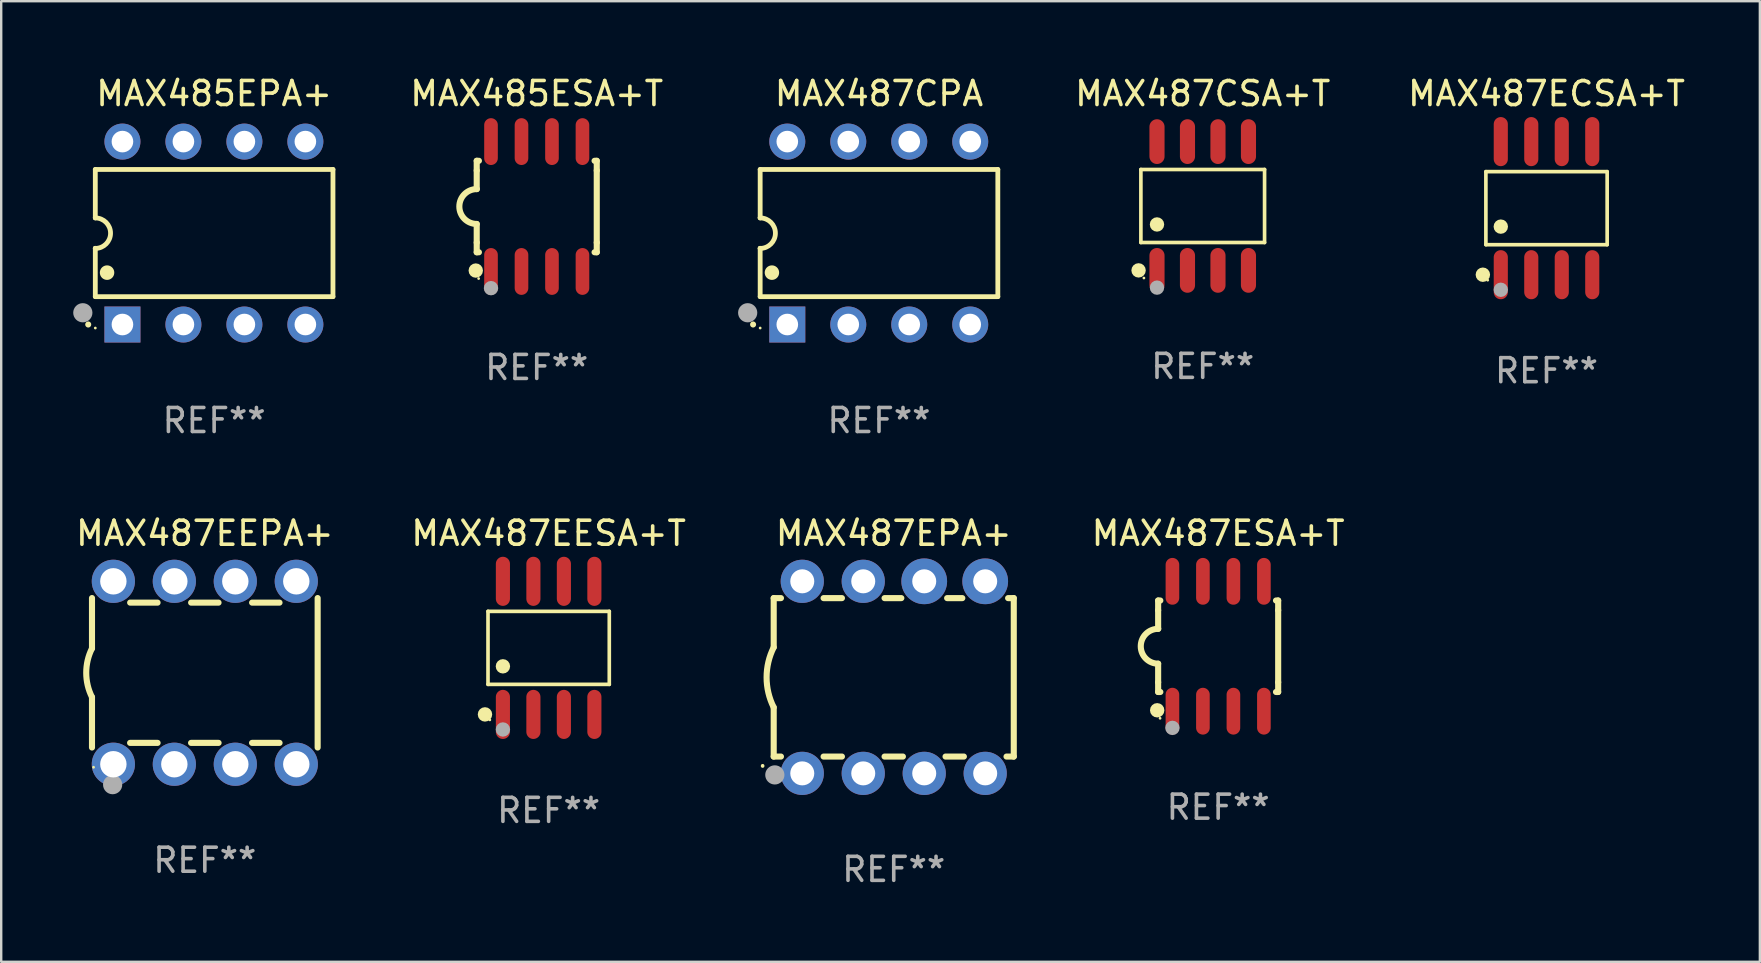
<source format=kicad_pcb>
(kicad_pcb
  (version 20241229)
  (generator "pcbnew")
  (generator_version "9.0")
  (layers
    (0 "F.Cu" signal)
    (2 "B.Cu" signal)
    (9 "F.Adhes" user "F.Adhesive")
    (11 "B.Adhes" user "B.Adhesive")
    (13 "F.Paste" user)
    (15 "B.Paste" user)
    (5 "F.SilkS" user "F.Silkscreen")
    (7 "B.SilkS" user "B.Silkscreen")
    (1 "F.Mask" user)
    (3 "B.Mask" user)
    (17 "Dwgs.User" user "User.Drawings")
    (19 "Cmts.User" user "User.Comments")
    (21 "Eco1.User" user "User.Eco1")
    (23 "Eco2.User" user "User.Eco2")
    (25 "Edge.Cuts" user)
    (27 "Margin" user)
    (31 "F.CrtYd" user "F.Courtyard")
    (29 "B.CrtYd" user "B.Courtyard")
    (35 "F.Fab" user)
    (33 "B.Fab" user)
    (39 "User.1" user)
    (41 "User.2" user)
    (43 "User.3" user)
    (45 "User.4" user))
  (footprint "MAX487EESA+T"
    (layer "F.Cu")
    (at 19.804 23.937)
    (property "Reference" "MAX487EESA+T" (at 0 -4.772 0) (layer "F.SilkS") (effects (font (size 1 1) (thickness 0.15))))
    (attr through_hole)
    (fp_line (start -2.526 -1.521) (end 2.526 -1.521) (stroke (width 0.152) (type solid)) (layer "F.SilkS"))
    (fp_line (start -2.526 1.521) (end -2.526 -1.521) (stroke (width 0.152) (type solid)) (layer "F.SilkS"))
    (fp_line (start 2.526 -1.521) (end 2.526 1.521) (stroke (width 0.152) (type solid)) (layer "F.SilkS"))
    (fp_line (start 2.526 1.521) (end -2.526 1.521) (stroke (width 0.152) (type solid)) (layer "F.SilkS"))
    (fp_circle (center -2.652 2.772) (end -2.501 2.772) (stroke (width 0.3) (type solid)) (fill no) (layer "F.SilkS"))
    (fp_circle (center -2.45 3) (end -2.42 3) (stroke (width 0.06) (type solid)) (fill no) (layer "F.SilkS"))
    (fp_circle (center -1.905 0.769) (end -1.755 0.769) (stroke (width 0.3) (type solid)) (fill no) (layer "F.SilkS"))
    (fp_circle (center -1.905 3.4) (end -1.755 3.4) (stroke (width 0.3) (type solid)) (fill no) (layer "F.Fab"))
    (fp_text user "REF**" (at 0 6.772 0) (layer "F.Fab") (effects (font (size 1 1) (thickness 0.15))))
    (pad "1" smd oval (at -1.905 2.772) (size 0.588 2.045) (layers "F.Cu" "F.Mask" "F.Paste"))
    (pad "2" smd oval (at -0.635 2.772) (size 0.588 2.045) (layers "F.Cu" "F.Mask" "F.Paste"))
    (pad "3" smd oval (at 0.635 2.772) (size 0.588 2.045) (layers "F.Cu" "F.Mask" "F.Paste"))
    (pad "4" smd oval (at 1.905 2.772) (size 0.588 2.045) (layers "F.Cu" "F.Mask" "F.Paste"))
    (pad "5" smd oval (at 1.905 -2.772) (size 0.588 2.045) (layers "F.Cu" "F.Mask" "F.Paste"))
    (pad "6" smd oval (at 0.635 -2.772) (size 0.588 2.045) (layers "F.Cu" "F.Mask" "F.Paste"))
    (pad "7" smd oval (at -0.635 -2.772) (size 0.588 2.045) (layers "F.Cu" "F.Mask" "F.Paste"))
    (pad "8" smd oval (at -1.905 -2.772) (size 0.588 2.045) (layers "F.Cu" "F.Mask" "F.Paste")))
  (footprint "MAX487EEPA+"
    (layer "F.Cu")
    (at 5.482 24.975)
    (property "Reference" "MAX487EEPA+" (at 0 -5.81 0) (layer "F.SilkS") (effects (font (size 1 1) (thickness 0.15))))
    (attr through_hole)
    (fp_line (start -4.7 -1.017) (end -4.7 -3.113) (stroke (width 0.254) (type solid)) (layer "F.SilkS"))
    (fp_line (start -4.7 1.015) (end -4.7 3.113) (stroke (width 0.254) (type solid)) (layer "F.SilkS"))
    (fp_line (start -3.113 2.92) (end -1.967 2.92) (stroke (width 0.254) (type solid)) (layer "F.SilkS"))
    (fp_line (start -3.111 -2.922) (end -1.969 -2.922) (stroke (width 0.254) (type solid)) (layer "F.SilkS"))
    (fp_line (start -0.573 2.92) (end 0.573 2.92) (stroke (width 0.254) (type solid)) (layer "F.SilkS"))
    (fp_line (start -0.571 -2.922) (end 0.571 -2.922) (stroke (width 0.254) (type solid)) (layer "F.SilkS"))
    (fp_line (start 1.967 2.92) (end 3.113 2.92) (stroke (width 0.254) (type solid)) (layer "F.SilkS"))
    (fp_line (start 1.969 -2.922) (end 3.111 -2.922) (stroke (width 0.254) (type solid)) (layer "F.SilkS"))
    (fp_line (start 4.7 -3.113) (end 4.7 3.113) (stroke (width 0.254) (type solid)) (layer "F.SilkS"))
    (fp_arc (start -4.7 1.01524) (mid -4.939846 -0.000762) (end -4.7 -1.016764) (stroke (width 0.254001) (type solid)) (layer "F.SilkS"))
    (fp_circle (center -4.636 3.935) (end -4.606 3.935) (stroke (width 0.06) (type solid)) (fill no) (layer "F.SilkS"))
    (fp_circle (center -3.84 4.66) (end -3.64 4.66) (stroke (width 0.4) (type solid)) (fill no) (layer "F.Fab"))
    (fp_text user "REF**" (at 0 7.81 0) (layer "F.Fab") (effects (font (size 1 1) (thickness 0.15))))
    (pad "1" thru_hole circle (at -3.81 3.81) (size 1.8 1.8) (drill 1.1) (layers "*.Cu" "*.Mask"))
    (pad "2" thru_hole circle (at -1.27 3.81) (size 1.8 1.8) (drill 1.1) (layers "*.Cu" "*.Mask"))
    (pad "3" thru_hole circle (at 1.27 3.81) (size 1.8 1.8) (drill 1.1) (layers "*.Cu" "*.Mask"))
    (pad "4" thru_hole circle (at 3.81 3.81) (size 1.8 1.8) (drill 1.1) (layers "*.Cu" "*.Mask"))
    (pad "5" thru_hole circle (at 3.81 -3.81) (size 1.8 1.8) (drill 1.1) (layers "*.Cu" "*.Mask"))
    (pad "6" thru_hole circle (at 1.27 -3.81) (size 1.8 1.8) (drill 1.1) (layers "*.Cu" "*.Mask"))
    (pad "7" thru_hole circle (at -1.27 -3.81) (size 1.8 1.8) (drill 1.1) (layers "*.Cu" "*.Mask"))
    (pad "8" thru_hole circle (at -3.81 -3.81) (size 1.8 1.8) (drill 1.1) (layers "*.Cu" "*.Mask")))
  (footprint "MAX487EPA+"
    (layer "F.Cu")
    (at 34.179 25.165)
    (property "Reference" "MAX487EPA+" (at 0 -6 0) (layer "F.SilkS") (effects (font (size 1 1) (thickness 0.15))))
    (attr through_hole)
    (fp_line (start -5 -3.3) (end -5 -1.25) (stroke (width 0.254) (type solid)) (layer "F.SilkS"))
    (fp_line (start -5 -3.3) (end -4.698 -3.3) (stroke (width 0.254) (type solid)) (layer "F.SilkS"))
    (fp_line (start -5 3.3) (end -5 1.25) (stroke (width 0.254) (type solid)) (layer "F.SilkS"))
    (fp_line (start -5 3.3) (end -4.698 3.3) (stroke (width 0.254) (type solid)) (layer "F.SilkS"))
    (fp_line (start -2.922 -3.3) (end -2.158 -3.3) (stroke (width 0.254) (type solid)) (layer "F.SilkS"))
    (fp_line (start -2.922 3.3) (end -2.158 3.3) (stroke (width 0.254) (type solid)) (layer "F.SilkS"))
    (fp_line (start -0.382 -3.3) (end 0.316 -3.3) (stroke (width 0.254) (type solid)) (layer "F.SilkS"))
    (fp_line (start -0.382 3.3) (end 0.382 3.3) (stroke (width 0.254) (type solid)) (layer "F.SilkS"))
    (fp_line (start 2.158 3.3) (end 2.922 3.3) (stroke (width 0.254) (type solid)) (layer "F.SilkS"))
    (fp_line (start 2.224 -3.3) (end 2.856 -3.3) (stroke (width 0.254) (type solid)) (layer "F.SilkS"))
    (fp_line (start 4.698 3.3) (end 5 3.3) (stroke (width 0.254) (type solid)) (layer "F.SilkS"))
    (fp_line (start 4.764 -3.3) (end 5 -3.3) (stroke (width 0.254) (type solid)) (layer "F.SilkS"))
    (fp_line (start 5 -3.3) (end 5 3.3) (stroke (width 0.254) (type solid)) (layer "F.SilkS"))
    (fp_arc (start -5.46124 3.694259) (mid -5.461175 3.688632) (end -5.460986 3.683007) (stroke (width 0.149987) (type solid)) (layer "F.SilkS"))
    (fp_arc (start -5.00127 1.249682) (mid -5.295892 -0.000313) (end -5.000025 -1.250013) (stroke (width 0.254001) (type solid)) (layer "F.SilkS"))
    (fp_circle (center -4.795 4.237) (end -4.765 4.237) (stroke (width 0.06) (type solid)) (fill no) (layer "F.SilkS"))
    (fp_circle (center -4.953 4.064) (end -4.753 4.064) (stroke (width 0.4) (type solid)) (fill no) (layer "F.Fab"))
    (fp_text user "REF**" (at 0 8 0) (layer "F.Fab") (effects (font (size 1 1) (thickness 0.15))))
    (pad "1" thru_hole circle (at -3.81 4) (size 1.8 1.8) (drill 1) (layers "*.Cu" "*.Mask"))
    (pad "2" thru_hole circle (at -1.27 4) (size 1.8 1.8) (drill 1) (layers "*.Cu" "*.Mask"))
    (pad "3" thru_hole circle (at 1.27 4) (size 1.8 1.8) (drill 1) (layers "*.Cu" "*.Mask"))
    (pad "4" thru_hole circle (at 3.81 4) (size 1.8 1.8) (drill 1) (layers "*.Cu" "*.Mask"))
    (pad "5" thru_hole circle (at 3.81 -4) (size 1.905 1.905) (drill 1) (layers "*.Cu" "*.Mask"))
    (pad "6" thru_hole circle (at 1.27 -4) (size 1.905 1.905) (drill 1) (layers "*.Cu" "*.Mask"))
    (pad "7" thru_hole circle (at -1.27 -4) (size 1.8 1.8) (drill 1) (layers "*.Cu" "*.Mask"))
    (pad "8" thru_hole circle (at -3.81 -4) (size 1.8 1.8) (drill 1) (layers "*.Cu" "*.Mask")))
  (footprint "MAX487CPA"
    (layer "F.Cu")
    (at 33.565 6.658)
    (property "Reference" "MAX487CPA" (at 0 -5.81 0) (layer "F.SilkS") (effects (font (size 1 1) (thickness 0.15))))
    (attr through_hole)
    (fp_line (start -4.95 -2.649) (end 4.95 -2.649) (stroke (width 0.2) (type solid)) (layer "F.SilkS"))
    (fp_line (start -4.95 -0.635) (end -4.95 -2.649) (stroke (width 0.2) (type solid)) (layer "F.SilkS"))
    (fp_line (start -4.95 0.635) (end -4.95 0.64) (stroke (width 0.2) (type solid)) (layer "F.SilkS"))
    (fp_line (start -4.95 2.649) (end -4.95 0.635) (stroke (width 0.2) (type solid)) (layer "F.SilkS"))
    (fp_line (start -4.95 -0.64) (end -4.95 -0.635) (stroke (width 0.2) (type solid)) (layer "F.SilkS"))
    (fp_line (start 4.95 -2.649) (end 4.95 2.649) (stroke (width 0.2) (type solid)) (layer "F.SilkS"))
    (fp_line (start 4.95 2.649) (end -4.95 2.649) (stroke (width 0.2) (type solid)) (layer "F.SilkS"))
    (fp_arc (start -5.24511 3.810008) (mid -5.245117 3.808738) (end -5.24511 3.807468) (stroke (width 0.25) (type solid)) (layer "F.SilkS"))
    (fp_arc (start -4.950165 -0.629997) (mid -4.315164 0.005004) (end -4.950165 0.640005) (stroke (width 0.2) (type solid)) (layer "F.SilkS"))
    (fp_arc (start -4.460249 1.651003) (mid -4.46026 1.648463) (end -4.460249 1.645923) (stroke (width 0.6) (type solid)) (layer "F.SilkS"))
    (fp_circle (center -4.95 3.956) (end -4.92 3.956) (stroke (width 0.06) (type solid)) (fill no) (layer "F.SilkS"))
    (fp_circle (center -5.47 3.32) (end -5.27 3.32) (stroke (width 0.4) (type solid)) (fill no) (layer "F.Fab"))
    (fp_text user "REF**" (at 0 7.81 0) (layer "F.Fab") (effects (font (size 1 1) (thickness 0.15))))
    (pad "1" thru_hole rect (at -3.82 3.81) (size 1.5 1.5) (drill 0.9) (layers "*.Cu" "*.Mask"))
    (pad "2" thru_hole circle (at -1.28 3.81) (size 1.5 1.5) (drill 0.9) (layers "*.Cu" "*.Mask"))
    (pad "3" thru_hole circle (at 1.26 3.81) (size 1.5 1.5) (drill 0.9) (layers "*.Cu" "*.Mask"))
    (pad "4" thru_hole circle (at 3.8 3.81) (size 1.5 1.5) (drill 0.9) (layers "*.Cu" "*.Mask"))
    (pad "5" thru_hole circle (at 3.8 -3.81) (size 1.5 1.5) (drill 0.9) (layers "*.Cu" "*.Mask"))
    (pad "6" thru_hole circle (at 1.26 -3.81) (size 1.5 1.5) (drill 0.9) (layers "*.Cu" "*.Mask"))
    (pad "7" thru_hole circle (at -1.28 -3.81) (size 1.5 1.5) (drill 0.9) (layers "*.Cu" "*.Mask"))
    (pad "8" thru_hole circle (at -3.82 -3.81) (size 1.5 1.5) (drill 0.9) (layers "*.Cu" "*.Mask")))
  (footprint "MAX487ECSA+T"
    (layer "F.Cu")
    (at 61.371 5.621)
    (property "Reference" "MAX487ECSA+T" (at 0 -4.772 0) (layer "F.SilkS") (effects (font (size 1 1) (thickness 0.15))))
    (attr through_hole)
    (fp_line (start -2.526 -1.521) (end 2.526 -1.521) (stroke (width 0.152) (type solid)) (layer "F.SilkS"))
    (fp_line (start -2.526 1.521) (end -2.526 -1.521) (stroke (width 0.152) (type solid)) (layer "F.SilkS"))
    (fp_line (start 2.526 -1.521) (end 2.526 1.521) (stroke (width 0.152) (type solid)) (layer "F.SilkS"))
    (fp_line (start 2.526 1.521) (end -2.526 1.521) (stroke (width 0.152) (type solid)) (layer "F.SilkS"))
    (fp_circle (center -2.652 2.772) (end -2.501 2.772) (stroke (width 0.3) (type solid)) (fill no) (layer "F.SilkS"))
    (fp_circle (center -2.45 3) (end -2.42 3) (stroke (width 0.06) (type solid)) (fill no) (layer "F.SilkS"))
    (fp_circle (center -1.905 0.769) (end -1.755 0.769) (stroke (width 0.3) (type solid)) (fill no) (layer "F.SilkS"))
    (fp_circle (center -1.905 3.4) (end -1.755 3.4) (stroke (width 0.3) (type solid)) (fill no) (layer "F.Fab"))
    (fp_text user "REF**" (at 0 6.772 0) (layer "F.Fab") (effects (font (size 1 1) (thickness 0.15))))
    (pad "1" smd oval (at -1.905 2.772) (size 0.588 2.045) (layers "F.Cu" "F.Mask" "F.Paste"))
    (pad "2" smd oval (at -0.635 2.772) (size 0.588 2.045) (layers "F.Cu" "F.Mask" "F.Paste"))
    (pad "3" smd oval (at 0.635 2.772) (size 0.588 2.045) (layers "F.Cu" "F.Mask" "F.Paste"))
    (pad "4" smd oval (at 1.905 2.772) (size 0.588 2.045) (layers "F.Cu" "F.Mask" "F.Paste"))
    (pad "5" smd oval (at 1.905 -2.772) (size 0.588 2.045) (layers "F.Cu" "F.Mask" "F.Paste"))
    (pad "6" smd oval (at 0.635 -2.772) (size 0.588 2.045) (layers "F.Cu" "F.Mask" "F.Paste"))
    (pad "7" smd oval (at -0.635 -2.772) (size 0.588 2.045) (layers "F.Cu" "F.Mask" "F.Paste"))
    (pad "8" smd oval (at -1.905 -2.772) (size 0.588 2.045) (layers "F.Cu" "F.Mask" "F.Paste")))
  (footprint "MAX487ESA+T"
    (layer "F.Cu")
    (at 47.693 23.87)
    (property "Reference" "MAX487ESA+T" (at 0 -4.705 0) (layer "F.SilkS") (effects (font (size 1 1) (thickness 0.15))))
    (attr through_hole)
    (fp_line (start -2.5 -1.905) (end -2.409 -1.905) (stroke (width 0.254) (type solid)) (layer "F.SilkS"))
    (fp_line (start -2.5 -1.5) (end -2.5 -1.905) (stroke (width 0.254) (type solid)) (layer "F.SilkS"))
    (fp_line (start -2.5 -1.5) (end -2.5 -0.726) (stroke (width 0.254) (type solid)) (layer "F.SilkS"))
    (fp_line (start -2.5 1.5) (end -2.5 0.727) (stroke (width 0.254) (type solid)) (layer "F.SilkS"))
    (fp_line (start -2.5 1.5) (end -2.5 1.905) (stroke (width 0.254) (type solid)) (layer "F.SilkS"))
    (fp_line (start -2.5 1.905) (end -2.409 1.905) (stroke (width 0.254) (type solid)) (layer "F.SilkS"))
    (fp_line (start 2.5 -1.905) (end 2.409 -1.905) (stroke (width 0.254) (type solid)) (layer "F.SilkS"))
    (fp_line (start 2.5 -1.5) (end 2.5 -1.905) (stroke (width 0.254) (type solid)) (layer "F.SilkS"))
    (fp_line (start 2.5 -1.5) (end 2.5 1.5) (stroke (width 0.254) (type solid)) (layer "F.SilkS"))
    (fp_line (start 2.5 1.5) (end 2.5 1.905) (stroke (width 0.254) (type solid)) (layer "F.SilkS"))
    (fp_line (start 2.5 1.905) (end 2.409 1.905) (stroke (width 0.254) (type solid)) (layer "F.SilkS"))
    (fp_arc (start -2.5 0.726568) (mid -3.220316 -0.0023) (end -2.495097 -0.726289) (stroke (width 0.254001) (type solid)) (layer "F.SilkS"))
    (fp_circle (center -2.54 2.667) (end -2.39 2.667) (stroke (width 0.3) (type solid)) (fill no) (layer "F.SilkS"))
    (fp_circle (center -2.42 3) (end -2.39 3) (stroke (width 0.06) (type solid)) (fill no) (layer "F.SilkS"))
    (fp_circle (center -1.905 3.4) (end -1.755 3.4) (stroke (width 0.3) (type solid)) (fill no) (layer "F.Fab"))
    (fp_text user "REF**" (at 0 6.705 0) (layer "F.Fab") (effects (font (size 1 1) (thickness 0.15))))
    (pad "1" smd oval (at -1.905 2.705) (size 0.568 1.95) (layers "F.Cu" "F.Mask" "F.Paste"))
    (pad "2" smd oval (at -0.635 2.705) (size 0.568 1.95) (layers "F.Cu" "F.Mask" "F.Paste"))
    (pad "3" smd oval (at 0.635 2.705) (size 0.568 1.95) (layers "F.Cu" "F.Mask" "F.Paste"))
    (pad "4" smd oval (at 1.905 2.705) (size 0.568 1.95) (layers "F.Cu" "F.Mask" "F.Paste"))
    (pad "5" smd oval (at 1.905 -2.705) (size 0.568 1.95) (layers "F.Cu" "F.Mask" "F.Paste"))
    (pad "6" smd oval (at 0.635 -2.705) (size 0.568 1.95) (layers "F.Cu" "F.Mask" "F.Paste"))
    (pad "7" smd oval (at -0.635 -2.705) (size 0.568 1.95) (layers "F.Cu" "F.Mask" "F.Paste"))
    (pad "8" smd oval (at -1.905 -2.705) (size 0.568 1.95) (layers "F.Cu" "F.Mask" "F.Paste")))
  (footprint "MAX485EPA+"
    (layer "F.Cu")
    (at 5.87 6.658)
    (property "Reference" "MAX485EPA+" (at 0 -5.81 0) (layer "F.SilkS") (effects (font (size 1 1) (thickness 0.15))))
    (attr through_hole)
    (fp_line (start -4.95 -2.649) (end 4.95 -2.649) (stroke (width 0.2) (type solid)) (layer "F.SilkS"))
    (fp_line (start -4.95 -0.635) (end -4.95 -2.649) (stroke (width 0.2) (type solid)) (layer "F.SilkS"))
    (fp_line (start -4.95 0.635) (end -4.95 0.64) (stroke (width 0.2) (type solid)) (layer "F.SilkS"))
    (fp_line (start -4.95 2.649) (end -4.95 0.635) (stroke (width 0.2) (type solid)) (layer "F.SilkS"))
    (fp_line (start -4.95 -0.64) (end -4.95 -0.635) (stroke (width 0.2) (type solid)) (layer "F.SilkS"))
    (fp_line (start 4.95 -2.649) (end 4.95 2.649) (stroke (width 0.2) (type solid)) (layer "F.SilkS"))
    (fp_line (start 4.95 2.649) (end -4.95 2.649) (stroke (width 0.2) (type solid)) (layer "F.SilkS"))
    (fp_arc (start -5.24511 3.810008) (mid -5.245117 3.808738) (end -5.24511 3.807468) (stroke (width 0.25) (type solid)) (layer "F.SilkS"))
    (fp_arc (start -4.950165 -0.629997) (mid -4.315164 0.005004) (end -4.950165 0.640005) (stroke (width 0.2) (type solid)) (layer "F.SilkS"))
    (fp_arc (start -4.460249 1.651003) (mid -4.46026 1.648463) (end -4.460249 1.645923) (stroke (width 0.6) (type solid)) (layer "F.SilkS"))
    (fp_circle (center -4.95 3.956) (end -4.92 3.956) (stroke (width 0.06) (type solid)) (fill no) (layer "F.SilkS"))
    (fp_circle (center -5.47 3.32) (end -5.27 3.32) (stroke (width 0.4) (type solid)) (fill no) (layer "F.Fab"))
    (fp_text user "REF**" (at 0 7.81 0) (layer "F.Fab") (effects (font (size 1 1) (thickness 0.15))))
    (pad "1" thru_hole rect (at -3.82 3.81) (size 1.5 1.5) (drill 0.9) (layers "*.Cu" "*.Mask"))
    (pad "2" thru_hole circle (at -1.28 3.81) (size 1.5 1.5) (drill 0.9) (layers "*.Cu" "*.Mask"))
    (pad "3" thru_hole circle (at 1.26 3.81) (size 1.5 1.5) (drill 0.9) (layers "*.Cu" "*.Mask"))
    (pad "4" thru_hole circle (at 3.8 3.81) (size 1.5 1.5) (drill 0.9) (layers "*.Cu" "*.Mask"))
    (pad "5" thru_hole circle (at 3.8 -3.81) (size 1.5 1.5) (drill 0.9) (layers "*.Cu" "*.Mask"))
    (pad "6" thru_hole circle (at 1.26 -3.81) (size 1.5 1.5) (drill 0.9) (layers "*.Cu" "*.Mask"))
    (pad "7" thru_hole circle (at -1.28 -3.81) (size 1.5 1.5) (drill 0.9) (layers "*.Cu" "*.Mask"))
    (pad "8" thru_hole circle (at -3.82 -3.81) (size 1.5 1.5) (drill 0.9) (layers "*.Cu" "*.Mask")))
  (footprint "MAX485ESA+T"
    (layer "F.Cu")
    (at 19.308 5.553)
    (property "Reference" "MAX485ESA+T" (at 0 -4.705 0) (layer "F.SilkS") (effects (font (size 1 1) (thickness 0.15))))
    (attr through_hole)
    (fp_line (start -2.5 -1.905) (end -2.409 -1.905) (stroke (width 0.254) (type solid)) (layer "F.SilkS"))
    (fp_line (start -2.5 -1.5) (end -2.5 -1.905) (stroke (width 0.254) (type solid)) (layer "F.SilkS"))
    (fp_line (start -2.5 -1.5) (end -2.5 -0.726) (stroke (width 0.254) (type solid)) (layer "F.SilkS"))
    (fp_line (start -2.5 1.5) (end -2.5 0.727) (stroke (width 0.254) (type solid)) (layer "F.SilkS"))
    (fp_line (start -2.5 1.5) (end -2.5 1.905) (stroke (width 0.254) (type solid)) (layer "F.SilkS"))
    (fp_line (start -2.5 1.905) (end -2.409 1.905) (stroke (width 0.254) (type solid)) (layer "F.SilkS"))
    (fp_line (start 2.5 -1.905) (end 2.409 -1.905) (stroke (width 0.254) (type solid)) (layer "F.SilkS"))
    (fp_line (start 2.5 -1.5) (end 2.5 -1.905) (stroke (width 0.254) (type solid)) (layer "F.SilkS"))
    (fp_line (start 2.5 -1.5) (end 2.5 1.5) (stroke (width 0.254) (type solid)) (layer "F.SilkS"))
    (fp_line (start 2.5 1.5) (end 2.5 1.905) (stroke (width 0.254) (type solid)) (layer "F.SilkS"))
    (fp_line (start 2.5 1.905) (end 2.409 1.905) (stroke (width 0.254) (type solid)) (layer "F.SilkS"))
    (fp_arc (start -2.5 0.726568) (mid -3.220316 -0.0023) (end -2.495097 -0.726289) (stroke (width 0.254001) (type solid)) (layer "F.SilkS"))
    (fp_circle (center -2.54 2.667) (end -2.39 2.667) (stroke (width 0.3) (type solid)) (fill no) (layer "F.SilkS"))
    (fp_circle (center -2.42 3) (end -2.39 3) (stroke (width 0.06) (type solid)) (fill no) (layer "F.SilkS"))
    (fp_circle (center -1.905 3.4) (end -1.755 3.4) (stroke (width 0.3) (type solid)) (fill no) (layer "F.Fab"))
    (fp_text user "REF**" (at 0 6.705 0) (layer "F.Fab") (effects (font (size 1 1) (thickness 0.15))))
    (pad "1" smd oval (at -1.905 2.705) (size 0.568 1.95) (layers "F.Cu" "F.Mask" "F.Paste"))
    (pad "2" smd oval (at -0.635 2.705) (size 0.568 1.95) (layers "F.Cu" "F.Mask" "F.Paste"))
    (pad "3" smd oval (at 0.635 2.705) (size 0.568 1.95) (layers "F.Cu" "F.Mask" "F.Paste"))
    (pad "4" smd oval (at 1.905 2.705) (size 0.568 1.95) (layers "F.Cu" "F.Mask" "F.Paste"))
    (pad "5" smd oval (at 1.905 -2.705) (size 0.568 1.95) (layers "F.Cu" "F.Mask" "F.Paste"))
    (pad "6" smd oval (at 0.635 -2.705) (size 0.568 1.95) (layers "F.Cu" "F.Mask" "F.Paste"))
    (pad "7" smd oval (at -0.635 -2.705) (size 0.568 1.95) (layers "F.Cu" "F.Mask" "F.Paste"))
    (pad "8" smd oval (at -1.905 -2.705) (size 0.568 1.95) (layers "F.Cu" "F.Mask" "F.Paste")))
  (footprint "MAX487CSA+T"
    (layer "F.Cu")
    (at 47.05 5.531)
    (property "Reference" "MAX487CSA+T" (at 0 -4.682 0) (layer "F.SilkS") (effects (font (size 1 1) (thickness 0.15))))
    (attr through_hole)
    (fp_line (start -2.576 -1.521) (end 2.576 -1.521) (stroke (width 0.152) (type solid)) (layer "F.SilkS"))
    (fp_line (start -2.576 1.521) (end -2.576 -1.521) (stroke (width 0.152) (type solid)) (layer "F.SilkS"))
    (fp_line (start 2.576 -1.521) (end 2.576 1.521) (stroke (width 0.152) (type solid)) (layer "F.SilkS"))
    (fp_line (start 2.576 1.521) (end -2.576 1.521) (stroke (width 0.152) (type solid)) (layer "F.SilkS"))
    (fp_circle (center -2.672 2.682) (end -2.522 2.682) (stroke (width 0.3) (type solid)) (fill no) (layer "F.SilkS"))
    (fp_circle (center -2.45 3) (end -2.42 3) (stroke (width 0.06) (type solid)) (fill no) (layer "F.SilkS"))
    (fp_circle (center -1.905 0.769) (end -1.755 0.769) (stroke (width 0.3) (type solid)) (fill no) (layer "F.SilkS"))
    (fp_circle (center -1.905 3.4) (end -1.755 3.4) (stroke (width 0.3) (type solid)) (fill no) (layer "F.Fab"))
    (fp_text user "REF**" (at 0 6.682 0) (layer "F.Fab") (effects (font (size 1 1) (thickness 0.15))))
    (pad "1" smd oval (at -1.905 2.682) (size 0.63 1.865) (layers "F.Cu" "F.Mask" "F.Paste"))
    (pad "2" smd oval (at -0.635 2.682) (size 0.63 1.865) (layers "F.Cu" "F.Mask" "F.Paste"))
    (pad "3" smd oval (at 0.635 2.682) (size 0.63 1.865) (layers "F.Cu" "F.Mask" "F.Paste"))
    (pad "4" smd oval (at 1.905 2.682) (size 0.63 1.865) (layers "F.Cu" "F.Mask" "F.Paste"))
    (pad "5" smd oval (at 1.905 -2.682) (size 0.63 1.865) (layers "F.Cu" "F.Mask" "F.Paste"))
    (pad "6" smd oval (at 0.635 -2.682) (size 0.63 1.865) (layers "F.Cu" "F.Mask" "F.Paste"))
    (pad "7" smd oval (at -0.635 -2.682) (size 0.63 1.865) (layers "F.Cu" "F.Mask" "F.Paste"))
    (pad "8" smd oval (at -1.905 -2.682) (size 0.63 1.865) (layers "F.Cu" "F.Mask" "F.Paste")))
  (gr_rect
    (start -3 -3)
    (end 70.258 37.013)
    (stroke (width 0.1) (type default))
    (fill no)
    (layer "Edge.Cuts")))
</source>
